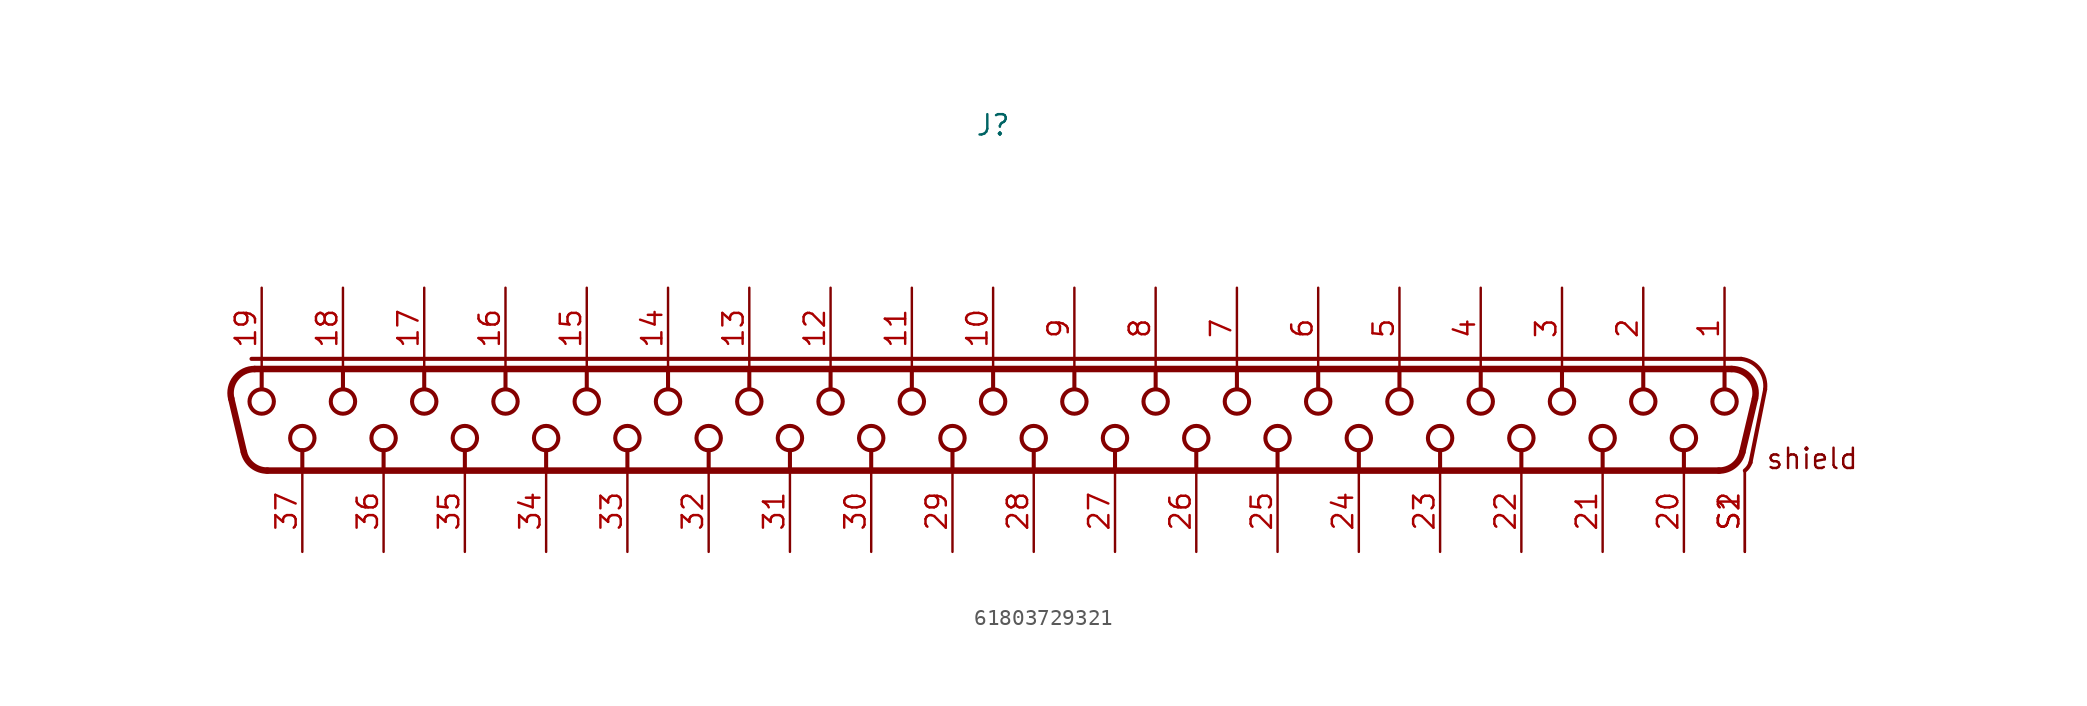
<source format=kicad_sym>
(kicad_symbol_lib
  (version 20241209)
  (generator "kicad_symbol_editor")
  (generator_version "9.0")
  (symbol "61803729321"
    (pin_names
      (hide yes))
    (property "Reference" "J"
      (at 0 17.78 0)
      (effects (font (size 1.27 1.27))))
    (symbol "61803729321_1_0"
      (polyline (pts (xy -46.833 -2.655) (xy -47.624 0.695)) (stroke (width 0.406) (type solid)) (fill (type none)))
      (polyline (pts (xy -46.355 3.175) (xy 46.76 3.175)) (stroke (width 0.254) (type solid)) (fill (type none)))
      (polyline (pts (xy -46.164 2.54) (xy 46.164 2.54)) (stroke (width 0.406) (type solid)) (fill (type none)))
      (arc (start -47.6242 0.695) (mid -47.3407 1.9707) (end -46.1643 2.54) (stroke (width 0.4064) (type solid)) (fill (type none)))
      (polyline (pts (xy -45.72 2.58) (xy -45.72 1.3)) (stroke (width 0.254) (type solid)) (fill (type none)))
      (circle (center -45.72 0.508) (radius 0.762) (stroke (width 0.254) (type solid)) (fill (type none)))
      (arc (start -45.373 -3.81) (mid -46.3038 -3.4862) (end -46.8328 -2.6547) (stroke (width 0.4064) (type solid)) (fill (type none)))
      (circle (center -43.18 -1.778) (radius 0.762) (stroke (width 0.254) (type solid)) (fill (type none)))
      (polyline (pts (xy -43.18 -2.54) (xy -43.18 -3.82)) (stroke (width 0.254) (type solid)) (fill (type none)))
      (polyline (pts (xy -40.64 2.58) (xy -40.64 1.3)) (stroke (width 0.254) (type solid)) (fill (type none)))
      (circle (center -40.64 0.508) (radius 0.762) (stroke (width 0.254) (type solid)) (fill (type none)))
      (circle (center -38.1 -1.778) (radius 0.762) (stroke (width 0.254) (type solid)) (fill (type none)))
      (polyline (pts (xy -38.1 -2.54) (xy -38.1 -3.82)) (stroke (width 0.254) (type solid)) (fill (type none)))
      (polyline (pts (xy -35.56 2.58) (xy -35.56 1.3)) (stroke (width 0.254) (type solid)) (fill (type none)))
      (circle (center -35.56 0.508) (radius 0.762) (stroke (width 0.254) (type solid)) (fill (type none)))
      (circle (center -33.02 -1.778) (radius 0.762) (stroke (width 0.254) (type solid)) (fill (type none)))
      (polyline (pts (xy -33.02 -2.54) (xy -33.02 -3.82)) (stroke (width 0.254) (type solid)) (fill (type none)))
      (polyline (pts (xy -30.48 2.58) (xy -30.48 1.3)) (stroke (width 0.254) (type solid)) (fill (type none)))
      (circle (center -30.48 0.508) (radius 0.762) (stroke (width 0.254) (type solid)) (fill (type none)))
      (circle (center -27.94 -1.778) (radius 0.762) (stroke (width 0.254) (type solid)) (fill (type none)))
      (polyline (pts (xy -27.94 -2.54) (xy -27.94 -3.82)) (stroke (width 0.254) (type solid)) (fill (type none)))
      (polyline (pts (xy -25.4 2.58) (xy -25.4 1.3)) (stroke (width 0.254) (type solid)) (fill (type none)))
      (circle (center -25.4 0.508) (radius 0.762) (stroke (width 0.254) (type solid)) (fill (type none)))
      (circle (center -22.86 -1.778) (radius 0.762) (stroke (width 0.254) (type solid)) (fill (type none)))
      (polyline (pts (xy -22.86 -2.54) (xy -22.86 -3.82)) (stroke (width 0.254) (type solid)) (fill (type none)))
      (polyline (pts (xy -20.32 2.58) (xy -20.32 1.3)) (stroke (width 0.254) (type solid)) (fill (type none)))
      (circle (center -20.32 0.508) (radius 0.762) (stroke (width 0.254) (type solid)) (fill (type none)))
      (circle (center -17.78 -1.778) (radius 0.762) (stroke (width 0.254) (type solid)) (fill (type none)))
      (polyline (pts (xy -17.78 -2.54) (xy -17.78 -3.82)) (stroke (width 0.254) (type solid)) (fill (type none)))
      (polyline (pts (xy -15.24 2.58) (xy -15.24 1.3)) (stroke (width 0.254) (type solid)) (fill (type none)))
      (circle (center -15.24 0.508) (radius 0.762) (stroke (width 0.254) (type solid)) (fill (type none)))
      (circle (center -12.7 -1.778) (radius 0.762) (stroke (width 0.254) (type solid)) (fill (type none)))
      (polyline (pts (xy -12.7 -2.54) (xy -12.7 -3.82)) (stroke (width 0.254) (type solid)) (fill (type none)))
      (polyline (pts (xy -10.16 2.58) (xy -10.16 1.3)) (stroke (width 0.254) (type solid)) (fill (type none)))
      (circle (center -10.16 0.508) (radius 0.762) (stroke (width 0.254) (type solid)) (fill (type none)))
      (circle (center -7.62 -1.778) (radius 0.762) (stroke (width 0.254) (type solid)) (fill (type none)))
      (polyline (pts (xy -7.62 -2.54) (xy -7.62 -3.82)) (stroke (width 0.254) (type solid)) (fill (type none)))
      (polyline (pts (xy -5.08 2.58) (xy -5.08 1.3)) (stroke (width 0.254) (type solid)) (fill (type none)))
      (circle (center -5.08 0.508) (radius 0.762) (stroke (width 0.254) (type solid)) (fill (type none)))
      (circle (center -2.54 -1.778) (radius 0.762) (stroke (width 0.254) (type solid)) (fill (type none)))
      (polyline (pts (xy -2.54 -2.54) (xy -2.54 -3.82)) (stroke (width 0.254) (type solid)) (fill (type none)))
      (polyline (pts (xy 0 2.58) (xy 0 1.3)) (stroke (width 0.254) (type solid)) (fill (type none)))
      (circle (center 0 0.508) (radius 0.762) (stroke (width 0.254) (type solid)) (fill (type none)))
      (circle (center 2.54 -1.778) (radius 0.762) (stroke (width 0.254) (type solid)) (fill (type none)))
      (polyline (pts (xy 2.54 -2.54) (xy 2.54 -3.82)) (stroke (width 0.254) (type solid)) (fill (type none)))
      (polyline (pts (xy 5.08 2.58) (xy 5.08 1.3)) (stroke (width 0.254) (type solid)) (fill (type none)))
      (circle (center 5.08 0.508) (radius 0.762) (stroke (width 0.254) (type solid)) (fill (type none)))
      (circle (center 7.62 -1.778) (radius 0.762) (stroke (width 0.254) (type solid)) (fill (type none)))
      (polyline (pts (xy 7.62 -2.54) (xy 7.62 -3.82)) (stroke (width 0.254) (type solid)) (fill (type none)))
      (polyline (pts (xy 10.16 2.58) (xy 10.16 1.3)) (stroke (width 0.254) (type solid)) (fill (type none)))
      (circle (center 10.16 0.508) (radius 0.762) (stroke (width 0.254) (type solid)) (fill (type none)))
      (circle (center 12.7 -1.778) (radius 0.762) (stroke (width 0.254) (type solid)) (fill (type none)))
      (polyline (pts (xy 12.7 -2.54) (xy 12.7 -3.82)) (stroke (width 0.254) (type solid)) (fill (type none)))
      (polyline (pts (xy 15.24 2.58) (xy 15.24 1.3)) (stroke (width 0.254) (type solid)) (fill (type none)))
      (circle (center 15.24 0.508) (radius 0.762) (stroke (width 0.254) (type solid)) (fill (type none)))
      (circle (center 17.78 -1.778) (radius 0.762) (stroke (width 0.254) (type solid)) (fill (type none)))
      (polyline (pts (xy 17.78 -2.54) (xy 17.78 -3.82)) (stroke (width 0.254) (type solid)) (fill (type none)))
      (polyline (pts (xy 20.32 2.58) (xy 20.32 1.3)) (stroke (width 0.254) (type solid)) (fill (type none)))
      (circle (center 20.32 0.508) (radius 0.762) (stroke (width 0.254) (type solid)) (fill (type none)))
      (circle (center 22.86 -1.778) (radius 0.762) (stroke (width 0.254) (type solid)) (fill (type none)))
      (polyline (pts (xy 22.86 -2.54) (xy 22.86 -3.82)) (stroke (width 0.254) (type solid)) (fill (type none)))
      (polyline (pts (xy 25.4 2.58) (xy 25.4 1.3)) (stroke (width 0.254) (type solid)) (fill (type none)))
      (circle (center 25.4 0.508) (radius 0.762) (stroke (width 0.254) (type solid)) (fill (type none)))
      (circle (center 27.94 -1.778) (radius 0.762) (stroke (width 0.254) (type solid)) (fill (type none)))
      (polyline (pts (xy 27.94 -2.54) (xy 27.94 -3.82)) (stroke (width 0.254) (type solid)) (fill (type none)))
      (polyline (pts (xy 30.48 2.58) (xy 30.48 1.3)) (stroke (width 0.254) (type solid)) (fill (type none)))
      (circle (center 30.48 0.508) (radius 0.762) (stroke (width 0.254) (type solid)) (fill (type none)))
      (circle (center 33.02 -1.778) (radius 0.762) (stroke (width 0.254) (type solid)) (fill (type none)))
      (polyline (pts (xy 33.02 -2.54) (xy 33.02 -3.82)) (stroke (width 0.254) (type solid)) (fill (type none)))
      (polyline (pts (xy 35.56 2.58) (xy 35.56 1.3)) (stroke (width 0.254) (type solid)) (fill (type none)))
      (circle (center 35.56 0.508) (radius 0.762) (stroke (width 0.254) (type solid)) (fill (type none)))
      (circle (center 38.1 -1.778) (radius 0.762) (stroke (width 0.254) (type solid)) (fill (type none)))
      (polyline (pts (xy 38.1 -2.54) (xy 38.1 -3.82)) (stroke (width 0.254) (type solid)) (fill (type none)))
      (polyline (pts (xy 40.64 2.58) (xy 40.64 1.3)) (stroke (width 0.254) (type solid)) (fill (type none)))
      (circle (center 40.64 0.508) (radius 0.762) (stroke (width 0.254) (type solid)) (fill (type none)))
      (circle (center 43.18 -1.778) (radius 0.762) (stroke (width 0.254) (type solid)) (fill (type none)))
      (polyline (pts (xy 43.18 -2.54) (xy 43.18 -3.82)) (stroke (width 0.254) (type solid)) (fill (type none)))
      (arc (start 46.8328 -2.6548) (mid 46.3037 -3.4863) (end 45.3729 -3.81) (stroke (width 0.4064) (type solid)) (fill (type none)))
      (polyline (pts (xy 45.373 -3.81) (xy -45.373 -3.81)) (stroke (width 0.406) (type solid)) (fill (type none)))
      (polyline (pts (xy 45.72 2.58) (xy 45.72 1.3)) (stroke (width 0.254) (type solid)) (fill (type none)))
      (circle (center 45.72 0.508) (radius 0.762) (stroke (width 0.254) (type solid)) (fill (type none)))
      (arc (start 46.1643 2.54) (mid 47.3407 1.9707) (end 47.6242 0.695) (stroke (width 0.4064) (type solid)) (fill (type none)))
      (arc (start 47.3439 -3.3037) (mid 47.2048 -3.5833) (end 46.99 -3.81) (stroke (width 0.254) (type solid)) (fill (type none)))
      (arc (start 46.76 3.175) (mid 47.9064 2.5346) (end 48.26 1.27) (stroke (width 0.254) (type solid)) (fill (type none)))
      (polyline (pts (xy 47.344 -3.304) (xy 48.26 1.27)) (stroke (width 0.254) (type solid)) (fill (type none)))
      (polyline (pts (xy 47.624 0.695) (xy 46.833 -2.655)) (stroke (width 0.406) (type solid)) (fill (type none)))
      (pin passive line (at -45.72 7.62 270) (length 5.08) (name "19" (effects (font (size 1.27 1.27)))) (number "19" (effects (font (size 1.27 1.27)))))
      (pin passive line (at -43.18 -8.89 90) (length 5.08) (name "37" (effects (font (size 1.27 1.27)))) (number "37" (effects (font (size 1.27 1.27)))))
      (pin passive line (at -40.64 7.62 270) (length 5.08) (name "18" (effects (font (size 1.27 1.27)))) (number "18" (effects (font (size 1.27 1.27)))))
      (pin passive line (at -38.1 -8.89 90) (length 5.08) (name "36" (effects (font (size 1.27 1.27)))) (number "36" (effects (font (size 1.27 1.27)))))
      (pin passive line (at -35.56 7.62 270) (length 5.08) (name "17" (effects (font (size 1.27 1.27)))) (number "17" (effects (font (size 1.27 1.27)))))
      (pin passive line (at -33.02 -8.89 90) (length 5.08) (name "35" (effects (font (size 1.27 1.27)))) (number "35" (effects (font (size 1.27 1.27)))))
      (pin passive line (at -30.48 7.62 270) (length 5.08) (name "16" (effects (font (size 1.27 1.27)))) (number "16" (effects (font (size 1.27 1.27)))))
      (pin passive line (at -27.94 -8.89 90) (length 5.08) (name "34" (effects (font (size 1.27 1.27)))) (number "34" (effects (font (size 1.27 1.27)))))
      (pin passive line (at -25.4 7.62 270) (length 5.08) (name "15" (effects (font (size 1.27 1.27)))) (number "15" (effects (font (size 1.27 1.27)))))
      (pin passive line (at -22.86 -8.89 90) (length 5.08) (name "33" (effects (font (size 1.27 1.27)))) (number "33" (effects (font (size 1.27 1.27)))))
      (pin passive line (at -20.32 7.62 270) (length 5.08) (name "14" (effects (font (size 1.27 1.27)))) (number "14" (effects (font (size 1.27 1.27)))))
      (pin passive line (at -17.78 -8.89 90) (length 5.08) (name "32" (effects (font (size 1.27 1.27)))) (number "32" (effects (font (size 1.27 1.27)))))
      (pin passive line (at -15.24 7.62 270) (length 5.08) (name "13" (effects (font (size 1.27 1.27)))) (number "13" (effects (font (size 1.27 1.27)))))
      (pin passive line (at -12.7 -8.89 90) (length 5.08) (name "31" (effects (font (size 1.27 1.27)))) (number "31" (effects (font (size 1.27 1.27)))))
      (pin passive line (at -10.16 7.62 270) (length 5.08) (name "12" (effects (font (size 1.27 1.27)))) (number "12" (effects (font (size 1.27 1.27)))))
      (pin passive line (at -7.62 -8.89 90) (length 5.08) (name "30" (effects (font (size 1.27 1.27)))) (number "30" (effects (font (size 1.27 1.27)))))
      (pin passive line (at -5.08 7.62 270) (length 5.08) (name "11" (effects (font (size 1.27 1.27)))) (number "11" (effects (font (size 1.27 1.27)))))
      (pin passive line (at -2.54 -8.89 90) (length 5.08) (name "29" (effects (font (size 1.27 1.27)))) (number "29" (effects (font (size 1.27 1.27)))))
      (pin passive line (at 0 7.62 270) (length 5.08) (name "10" (effects (font (size 1.27 1.27)))) (number "10" (effects (font (size 1.27 1.27)))))
      (pin passive line (at 2.54 -8.89 90) (length 5.08) (name "28" (effects (font (size 1.27 1.27)))) (number "28" (effects (font (size 1.27 1.27)))))
      (pin passive line (at 5.08 7.62 270) (length 5.08) (name "9" (effects (font (size 1.27 1.27)))) (number "9" (effects (font (size 1.27 1.27)))))
      (pin passive line (at 7.62 -8.89 90) (length 5.08) (name "27" (effects (font (size 1.27 1.27)))) (number "27" (effects (font (size 1.27 1.27)))))
      (pin passive line (at 10.16 7.62 270) (length 5.08) (name "8" (effects (font (size 1.27 1.27)))) (number "8" (effects (font (size 1.27 1.27)))))
      (pin passive line (at 12.7 -8.89 90) (length 5.08) (name "26" (effects (font (size 1.27 1.27)))) (number "26" (effects (font (size 1.27 1.27)))))
      (pin passive line (at 15.24 7.62 270) (length 5.08) (name "7" (effects (font (size 1.27 1.27)))) (number "7" (effects (font (size 1.27 1.27)))))
      (pin passive line (at 17.78 -8.89 90) (length 5.08) (name "25" (effects (font (size 1.27 1.27)))) (number "25" (effects (font (size 1.27 1.27)))))
      (pin passive line (at 20.32 7.62 270) (length 5.08) (name "6" (effects (font (size 1.27 1.27)))) (number "6" (effects (font (size 1.27 1.27)))))
      (pin passive line (at 22.86 -8.89 90) (length 5.08) (name "24" (effects (font (size 1.27 1.27)))) (number "24" (effects (font (size 1.27 1.27)))))
      (pin passive line (at 25.4 7.62 270) (length 5.08) (name "5" (effects (font (size 1.27 1.27)))) (number "5" (effects (font (size 1.27 1.27)))))
      (pin passive line (at 27.94 -8.89 90) (length 5.08) (name "23" (effects (font (size 1.27 1.27)))) (number "23" (effects (font (size 1.27 1.27)))))
      (pin passive line (at 30.48 7.62 270) (length 5.08) (name "4" (effects (font (size 1.27 1.27)))) (number "4" (effects (font (size 1.27 1.27)))))
      (pin passive line (at 33.02 -8.89 90) (length 5.08) (name "22" (effects (font (size 1.27 1.27)))) (number "22" (effects (font (size 1.27 1.27)))))
      (pin passive line (at 35.56 7.62 270) (length 5.08) (name "3" (effects (font (size 1.27 1.27)))) (number "3" (effects (font (size 1.27 1.27)))))
      (pin passive line (at 38.1 -8.89 90) (length 5.08) (name "21" (effects (font (size 1.27 1.27)))) (number "21" (effects (font (size 1.27 1.27)))))
      (pin passive line (at 40.64 7.62 270) (length 5.08) (name "2" (effects (font (size 1.27 1.27)))) (number "2" (effects (font (size 1.27 1.27)))))
      (pin passive line (at 43.18 -8.89 90) (length 5.08) (name "20" (effects (font (size 1.27 1.27)))) (number "20" (effects (font (size 1.27 1.27)))))
      (pin passive line (at 45.72 7.62 270) (length 5.08) (name "1" (effects (font (size 1.27 1.27)))) (number "1" (effects (font (size 1.27 1.27)))))
      (pin passive line (at 46.99 -8.89 90) (length 5.08) (name "SHIELD" (effects (font (size 1.27 1.27)))) (number "S1" (effects (font (size 1.27 1.27)))))
      (pin passive line (at 46.99 -8.89 90) (length 5.08) (name "SHIELD" (effects (font (size 1.27 1.27)))) (number "S2" (effects (font (size 1.27 1.27))))))
    (symbol "61803729321_1_1"
      (text "shield" (at 48.26 -3.81 0) (effects (font (size 1.27 1.27)) (justify left bottom))))))
</source>
